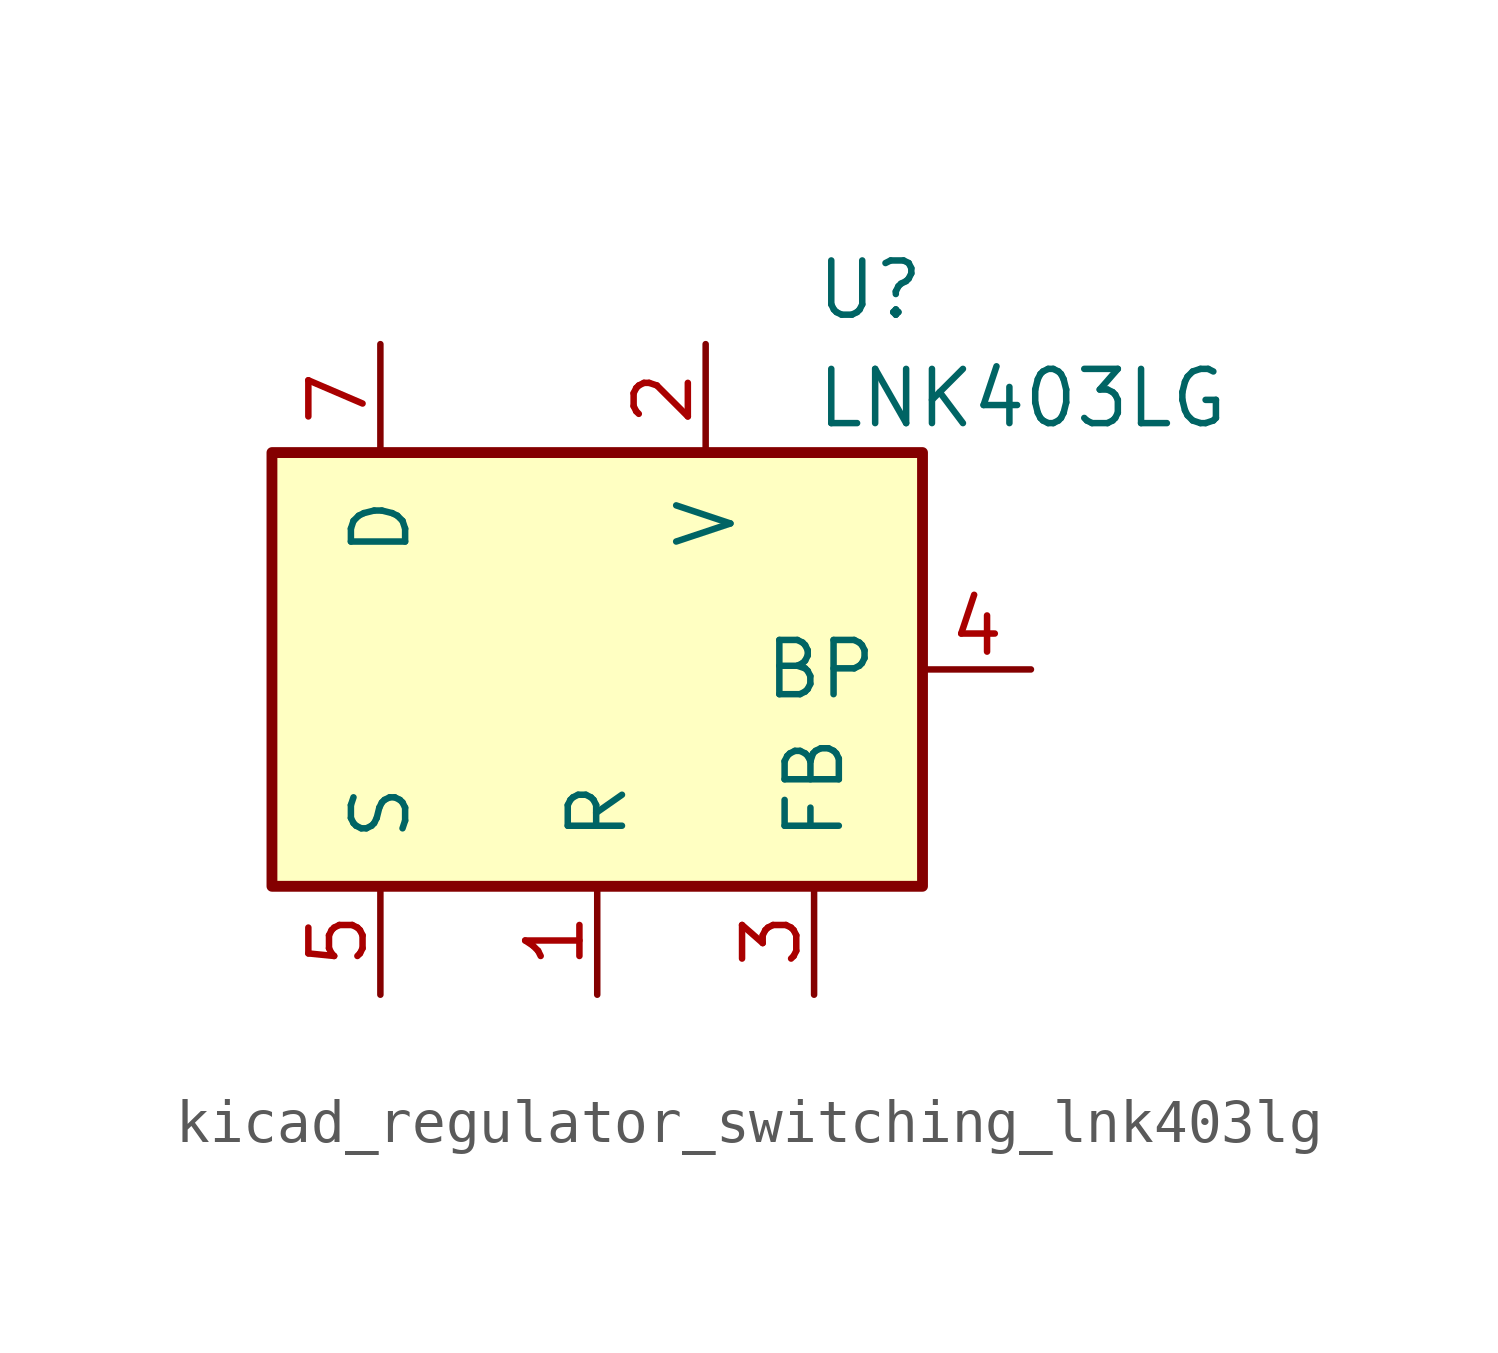
<source format=kicad_sym>
(kicad_symbol_lib
  (version 20220914)
  (generator kicad_symbol_editor)
  (symbol "kicad_regulator_switching_lnk403lg"
    (pin_names
      (offset 1.016))
    (property "Reference" "U"
      (at 5.08 8.89 0)
      (effects (font (size 1.27 1.27)) (justify left)))
    (property "Value" "LNK403LG"
      (at 5.08 6.35 0)
      (effects (font (size 1.27 1.27)) (justify left)))
    (symbol "kicad_regulator_switching_lnk403lg_0_1"
      (rectangle (start -7.62 5.08) (end 7.62 -5.08) (stroke (width 0.254) (type default)) (fill (type background))))
    (symbol "kicad_regulator_switching_lnk403lg_1_1"
      (pin input line (at 0 -7.62 90) (length 2.54) (name "R" (effects (font (size 1.27 1.27)))) (number "1" (effects (font (size 1.27 1.27)))))
      (pin input line (at 2.54 7.62 270) (length 2.54) (name "V" (effects (font (size 1.27 1.27)))) (number "2" (effects (font (size 1.27 1.27)))))
      (pin input line (at 5.08 -7.62 90) (length 2.54) (name "FB" (effects (font (size 1.27 1.27)))) (number "3" (effects (font (size 1.27 1.27)))))
      (pin input line (at 10.16 0 180) (length 2.54) (name "BP" (effects (font (size 1.27 1.27)))) (number "4" (effects (font (size 1.27 1.27)))))
      (pin power_in line (at -5.08 -7.62 90) (length 2.54) (name "S" (effects (font (size 1.27 1.27)))) (number "5" (effects (font (size 1.27 1.27)))))
      (pin open_collector line (at -5.08 7.62 270) (length 2.54) (name "D" (effects (font (size 1.27 1.27)))) (number "7" (effects (font (size 1.27 1.27))))))))
</source>
